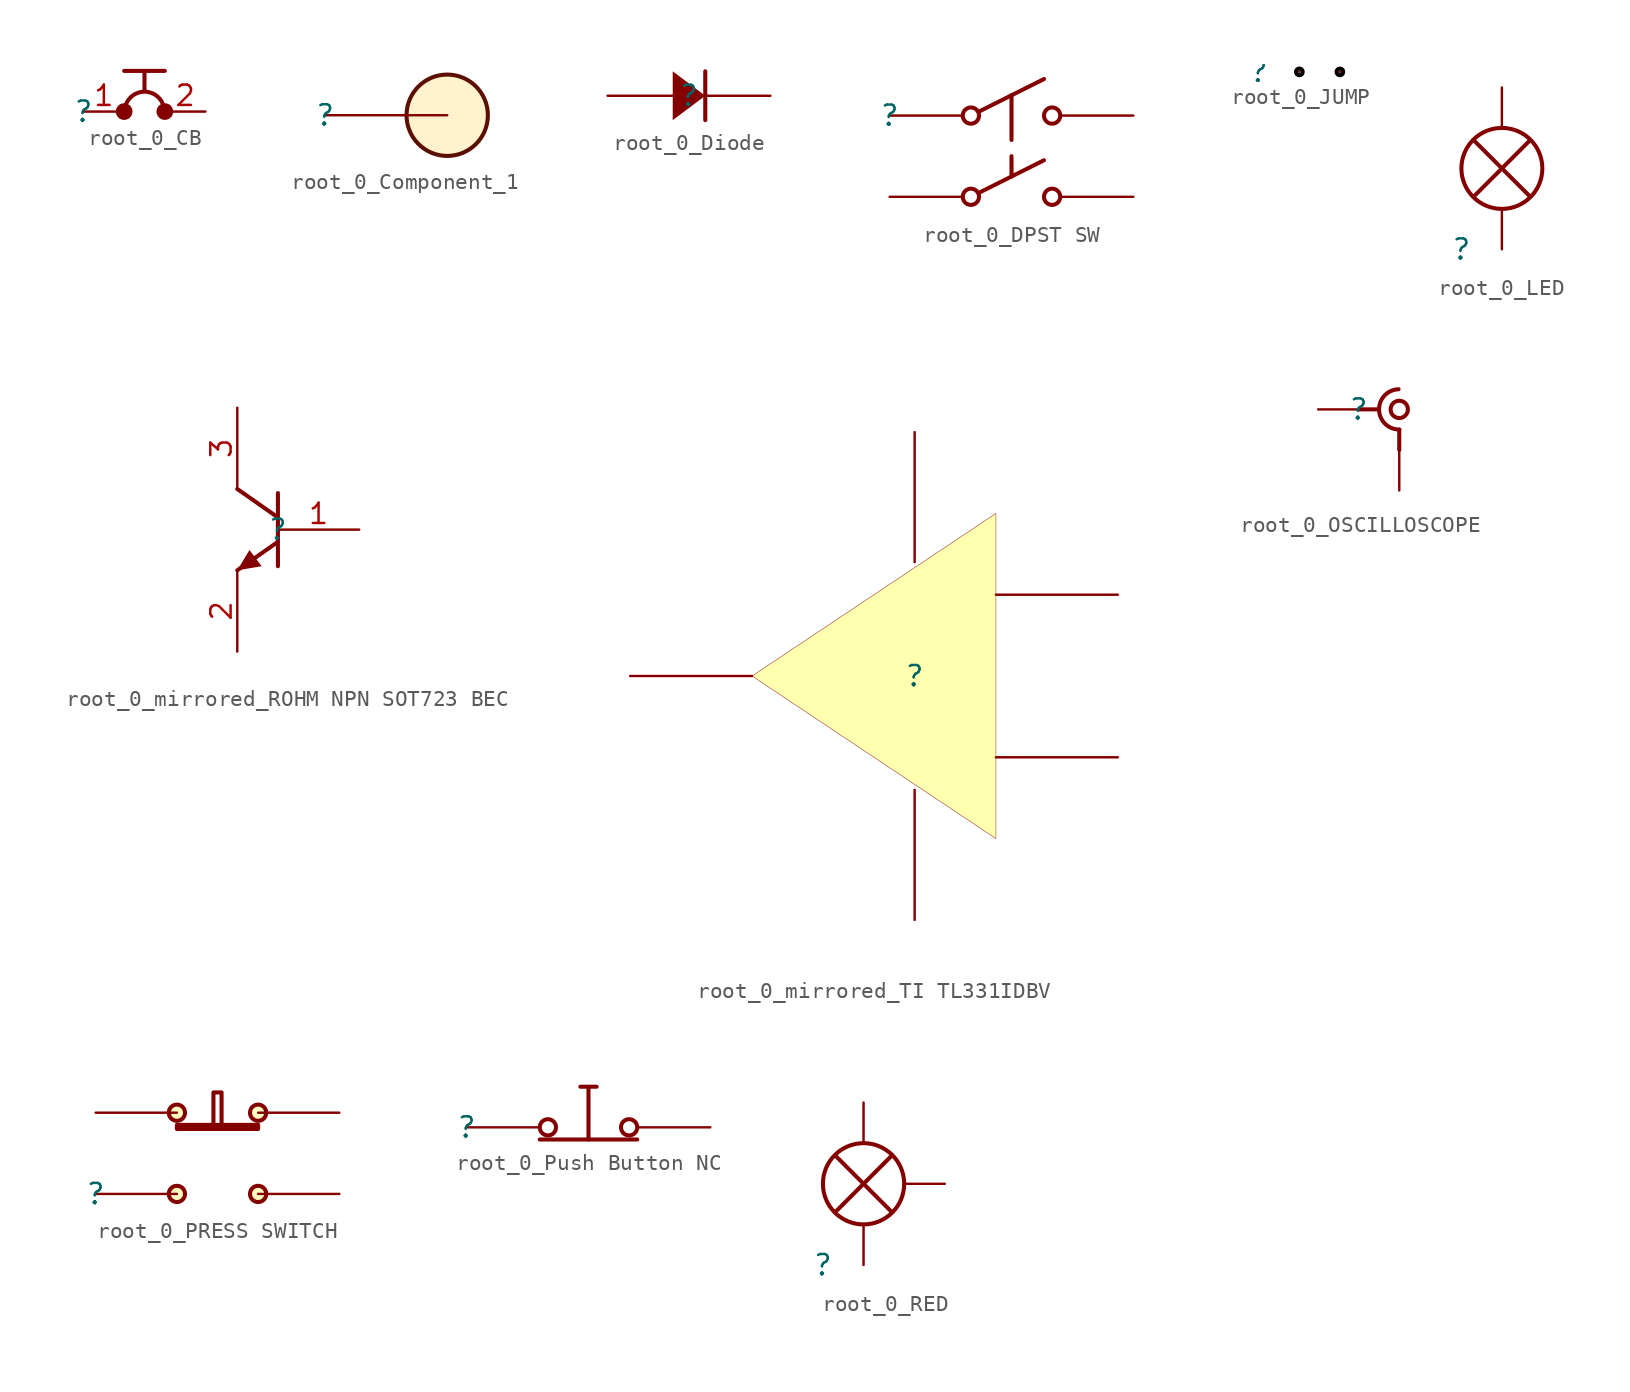
<source format=kicad_sym>
(kicad_symbol_lib
  (version 20231120)
  (generator "kicad_symbol_editor")
  (generator_version "8.0")
  (symbol "root_0_CB"
    (property "Reference" ""
      (at 0 0 0)
      (effects (font (size 1.27 1.27))))
    (property "Value" ""
      (at 0 0 0)
      (effects (font (size 1.27 1.27))))
    (symbol "root_0_CB_1_0"
      (polyline (pts (xy 2.54 2.54) (xy 5.08 2.54)) (stroke (width 0.254) (type solid)) (fill (type none)))
      (polyline (pts (xy 3.81 1.27) (xy 3.81 2.54)) (stroke (width 0.254) (type solid)) (fill (type none)))
      (circle (center 2.54 0) (radius 0.013) (stroke (width 0.508) (type solid)) (fill (type none)))
      (arc (start 4.9365 0.5253) (mid 3.81 1.243) (end 2.6835 0.5253) (stroke (width 0.254) (type solid)) (fill (type none)))
      (circle (center 5.08 0) (radius 0.013) (stroke (width 0.508) (type solid)) (fill (type none)))
      (pin passive line (at 0 0 0) (length 2.54) (name "1" (effects (font (size 0 0)))) (number "1" (effects (font (size 1.27 1.27)))))
      (pin passive line (at 7.62 0 180) (length 2.54) (name "2" (effects (font (size 0 0)))) (number "2" (effects (font (size 1.27 1.27)))))))
  (symbol "root_0_Component_1"
    (property "Reference" ""
      (at 0 0 0)
      (effects (font (size 1.27 1.27))))
    (property "Value" ""
      (at 0 0 0)
      (effects (font (size 1.27 1.27))))
    (symbol "root_0_Component_1_1_0"
      (circle (center 7.62 0) (radius 2.54) (stroke (width 0.254) (type solid) (color 91 15 0 1)) (fill (type color) (color 255 242 204 1)))
      (pin passive line (at 0 0 0) (length 7.62) (name "0" (effects (font (size 0 0)))) (number "0" (effects (font (size 0 0)))))))
  (symbol "root_0_Diode"
    (property "Reference" ""
      (at 0 0 0)
      (effects (font (size 1.27 1.27))))
    (property "Value" ""
      (at 0 0 0)
      (effects (font (size 1.27 1.27))))
    (symbol "root_0_Diode_1_0"
      (polyline (pts (xy 1.016 1.524) (xy 1.016 -1.524)) (stroke (width 0.254) (type solid)) (fill (type none)))
      (polyline (pts (xy 1.016 0) (xy -1.016 1.524) (xy -1.016 -1.524) (xy 1.016 0) (xy 1.016 0)) (stroke (width -0.0001) (type solid)) (fill (type outline)))
      (pin passive line (at -5.08 0 0) (length 4.064) (name "1" (effects (font (size 0 0)))) (number "1" (effects (font (size 0 0)))))
      (pin passive line (at 5.08 0 180) (length 4.064) (name "2" (effects (font (size 0 0)))) (number "2" (effects (font (size 0 0)))))))
  (symbol "root_0_DPST SW"
    (property "Reference" ""
      (at 0 0 0)
      (effects (font (size 1.27 1.27))))
    (property "Value" ""
      (at 0 0 0)
      (effects (font (size 1.27 1.27))))
    (symbol "root_0_DPST SW_1_0"
      (polyline (pts (xy 5.588 -4.826) (xy 9.652 -2.794)) (stroke (width 0.254) (type solid)) (fill (type none)))
      (polyline (pts (xy 5.588 0.254) (xy 9.652 2.286)) (stroke (width 0.254) (type solid)) (fill (type none)))
      (polyline (pts (xy 7.62 1.27) (xy 7.62 -3.81)) (stroke (width 0.254) (type dash)) (fill (type none)))
      (circle (center 5.08 -5.08) (radius 0.508) (stroke (width 0.254) (type solid)) (fill (type none)))
      (circle (center 5.08 0) (radius 0.508) (stroke (width 0.254) (type solid)) (fill (type none)))
      (circle (center 10.16 -5.08) (radius 0.508) (stroke (width 0.254) (type solid)) (fill (type none)))
      (circle (center 10.16 0) (radius 0.508) (stroke (width 0.254) (type solid)) (fill (type none)))
      (pin passive line (at 0 0 0) (length 4.572) (name "1" (effects (font (size 0 0)))) (number "1" (effects (font (size 0 0)))))
      (pin passive line (at 15.24 0 180) (length 4.572) (name "2" (effects (font (size 0 0)))) (number "2" (effects (font (size 0 0)))))
      (pin passive line (at 0 -5.08 0) (length 4.572) (name "3" (effects (font (size 0 0)))) (number "3" (effects (font (size 0 0)))))
      (pin passive line (at 15.24 -5.08 180) (length 4.572) (name "4" (effects (font (size 0 0)))) (number "4" (effects (font (size 0 0)))))))
  (symbol "root_0_JUMP"
    (property "Reference" ""
      (at 0 0 0)
      (effects (font (size 1.27 1.27))))
    (property "Value" ""
      (at 0 0 0)
      (effects (font (size 1.27 1.27))))
    (symbol "root_0_JUMP_1_0"
      (circle (center 2.54 0) (radius 0.211) (stroke (width 0.254) (type solid) (color 0 0 0 1)) (fill (type none)))
      (circle (center 5.08 0) (radius 0.211) (stroke (width 0.254) (type solid) (color 0 0 0 1)) (fill (type none)))
      (pin passive line (at 2.54 0.025 270) (length 0.025) (name "16" (effects (font (size 0 0)))) (number "16" (effects (font (size 0 0)))))
      (pin passive line (at 5.08 0.025 270) (length 0.025) (name "17" (effects (font (size 0 0)))) (number "17" (effects (font (size 0 0)))))))
  (symbol "root_0_LED"
    (property "Reference" ""
      (at 0 0 0)
      (effects (font (size 1.27 1.27))))
    (property "Value" ""
      (at 0 0 0)
      (effects (font (size 1.27 1.27))))
    (symbol "root_0_LED_1_0"
      (polyline (pts (xy 0.762 3.302) (xy 4.318 6.858)) (stroke (width 0.254) (type solid)) (fill (type none)))
      (polyline (pts (xy 4.318 3.302) (xy 0.762 6.858)) (stroke (width 0.254) (type solid)) (fill (type none)))
      (circle (center 2.54 5.08) (radius 2.541) (stroke (width 0.254) (type solid)) (fill (type none)))
      (pin passive line (at 2.54 0 90) (length 2.54) (name "10" (effects (font (size 0 0)))) (number "10" (effects (font (size 0 0)))))
      (pin passive line (at 2.54 10.16 270) (length 2.54) (name "9" (effects (font (size 0 0)))) (number "9" (effects (font (size 0 0)))))))
  (symbol "root_0_mirrored_ROHM NPN SOT723 BEC"
    (property "Reference" ""
      (at 0 0 0)
      (effects (font (size 1.27 1.27))))
    (property "Value" ""
      (at 0 0 0)
      (effects (font (size 1.27 1.27))))
    (symbol "root_0_mirrored_ROHM NPN SOT723 BEC_1_0"
      (polyline (pts (xy -2.54 2.54) (xy 0 0.762)) (stroke (width 0.254) (type solid)) (fill (type none)))
      (polyline (pts (xy 0 -0.762) (xy -2.54 -2.54)) (stroke (width 0.254) (type solid)) (fill (type none)))
      (polyline (pts (xy 0 2.286) (xy 0 -2.286)) (stroke (width 0.254) (type solid)) (fill (type none)))
      (polyline (pts (xy -2.54 -2.54) (xy -1.778 -1.27) (xy -1.016 -2.286) (xy -2.54 -2.54)) (stroke (width -0.0001) (type solid)) (fill (type outline)))
      (pin passive line (at 5.08 0 180) (length 5.08) (name "B" (effects (font (size 0 0)))) (number "1" (effects (font (size 1.27 1.27)))))
      (pin passive line (at -2.54 -7.62 90) (length 5.08) (name "E" (effects (font (size 0 0)))) (number "2" (effects (font (size 1.27 1.27)))))
      (pin passive line (at -2.54 7.62 270) (length 5.08) (name "C" (effects (font (size 0 0)))) (number "3" (effects (font (size 1.27 1.27)))))))
  (symbol "root_0_mirrored_TI TL331IDBV"
    (property "Reference" ""
      (at 0 0 0)
      (effects (font (size 1.27 1.27))))
    (property "Value" ""
      (at 0 0 0)
      (effects (font (size 1.27 1.27))))
    (symbol "root_0_mirrored_TI TL331IDBV_1_0"
      (polyline (pts (xy 5.08 10.16) (xy -10.16 0) (xy 5.08 -10.16) (xy 5.08 10.16)) (stroke (width 0.025) (type solid) (color 128 0 0 1)) (fill (type color) (color 255 255 176 1)))
      (pin passive line (at 12.7 -5.08 180) (length 7.62) (name "-" (effects (font (size 0 0)))) (number "1" (effects (font (size 0 0)))))
      (pin power_in line (at 0 -15.24 90) (length 8.128) (name "V-" (effects (font (size 0 0)))) (number "2" (effects (font (size 0 0)))))
      (pin passive line (at 12.7 5.08 180) (length 7.62) (name "+" (effects (font (size 0 0)))) (number "3" (effects (font (size 0 0)))))
      (pin passive line (at -17.78 0 0) (length 7.62) (name "OUT" (effects (font (size 0 0)))) (number "4" (effects (font (size 0 0)))))
      (pin power_in line (at 0 15.24 270) (length 8.128) (name "V+" (effects (font (size 0 0)))) (number "5" (effects (font (size 0 0)))))))
  (symbol "root_0_OSCILLOSCOPE"
    (property "Reference" ""
      (at 0 0 0)
      (effects (font (size 1.27 1.27))))
    (property "Value" ""
      (at 0 0 0)
      (effects (font (size 1.27 1.27))))
    (symbol "root_0_OSCILLOSCOPE_1_0"
      (polyline (pts (xy 0 0) (xy 1.27 0)) (stroke (width 0.254) (type solid)) (fill (type none)))
      (polyline (pts (xy 2.54 -2.54) (xy 2.54 -1.27)) (stroke (width 0.254) (type solid)) (fill (type none)))
      (arc (start 2.4966 1.2623) (mid 1.2772 -0.0261) (end 2.5488 -1.263) (stroke (width 0.254) (type solid)) (fill (type none)))
      (circle (center 2.54 0) (radius 0.542) (stroke (width 0.254) (type solid)) (fill (type none)))
      (pin passive line (at 0 0 180) (length 2.54) (name "14" (effects (font (size 0 0)))) (number "14" (effects (font (size 0 0)))))
      (pin passive line (at 2.54 -2.54 270) (length 2.54) (name "15" (effects (font (size 0 0)))) (number "15" (effects (font (size 0 0)))))))
  (symbol "root_0_PRESS SWITCH"
    (property "Reference" ""
      (at 0 0 0)
      (effects (font (size 1.27 1.27))))
    (property "Value" ""
      (at 0 0 0)
      (effects (font (size 1.27 1.27))))
    (symbol "root_0_PRESS SWITCH_1_0"
      (polyline (pts (xy 7.366 4.318) (xy 7.366 6.35) (xy 7.874 6.35) (xy 7.874 4.318)) (stroke (width 0.254) (type solid)) (fill (type none)))
      (polyline (pts (xy 5.08 4.318) (xy 10.16 4.318) (xy 10.16 4.064) (xy 5.08 4.064) (xy 5.08 4.318)) (stroke (width 0.254) (type solid)) (fill (type none)))
      (circle (center 5.08 0) (radius 0.508) (stroke (width 0.254) (type solid)) (fill (type background)))
      (circle (center 5.08 5.08) (radius 0.508) (stroke (width 0.254) (type solid)) (fill (type background)))
      (circle (center 10.16 0) (radius 0.508) (stroke (width 0.254) (type solid)) (fill (type background)))
      (circle (center 10.16 5.08) (radius 0.508) (stroke (width 0.254) (type solid)) (fill (type background)))
      (pin passive line (at 0 0 0) (length 5.08) (name "14" (effects (font (size 0 0)))) (number "14" (effects (font (size 0 0)))))
      (pin passive line (at 0 5.08 0) (length 5.08) (name "15" (effects (font (size 0 0)))) (number "15" (effects (font (size 0 0)))))
      (pin passive line (at 15.24 5.08 180) (length 5.08) (name "16" (effects (font (size 0 0)))) (number "16" (effects (font (size 0 0)))))
      (pin passive line (at 15.24 0 180) (length 5.08) (name "17" (effects (font (size 0 0)))) (number "17" (effects (font (size 0 0)))))))
  (symbol "root_0_Push Button NC"
    (property "Reference" ""
      (at 0 0 0)
      (effects (font (size 1.27 1.27))))
    (property "Value" ""
      (at 0 0 0)
      (effects (font (size 1.27 1.27))))
    (symbol "root_0_Push Button NC_1_0"
      (polyline (pts (xy 4.572 -0.762) (xy 10.668 -0.762)) (stroke (width 0.254) (type solid)) (fill (type none)))
      (polyline (pts (xy 7.62 -0.762) (xy 7.62 2.54) (xy 7.112 2.54) (xy 8.128 2.54)) (stroke (width 0.254) (type solid)) (fill (type none)))
      (circle (center 5.08 0) (radius 0.508) (stroke (width 0.254) (type solid)) (fill (type none)))
      (circle (center 10.16 0) (radius 0.508) (stroke (width 0.254) (type solid)) (fill (type none)))
      (pin passive line (at 0 0 0) (length 4.572) (name "1" (effects (font (size 0 0)))) (number "1" (effects (font (size 0 0)))))
      (pin passive line (at 15.24 0 180) (length 4.572) (name "2" (effects (font (size 0 0)))) (number "2" (effects (font (size 0 0)))))))
  (symbol "root_0_RED"
    (property "Reference" ""
      (at 0 0 0)
      (effects (font (size 1.27 1.27))))
    (property "Value" ""
      (at 0 0 0)
      (effects (font (size 1.27 1.27))))
    (symbol "root_0_RED_1_0"
      (polyline (pts (xy 0.762 3.302) (xy 4.318 6.858)) (stroke (width 0.254) (type solid)) (fill (type none)))
      (polyline (pts (xy 4.318 3.302) (xy 0.762 6.858)) (stroke (width 0.254) (type solid)) (fill (type none)))
      (circle (center 2.54 5.08) (radius 2.541) (stroke (width 0.254) (type solid)) (fill (type none)))
      (pin passive line (at 2.54 0 90) (length 2.54) (name "10" (effects (font (size 0 0)))) (number "10" (effects (font (size 0 0)))))
      (pin passive line (at 7.62 5.08 180) (length 2.54) (name "11" (effects (font (size 0 0)))) (number "11" (effects (font (size 0 0)))))
      (pin passive line (at 2.54 10.16 270) (length 2.54) (name "9" (effects (font (size 0 0)))) (number "9" (effects (font (size 0 0))))))))
</source>
